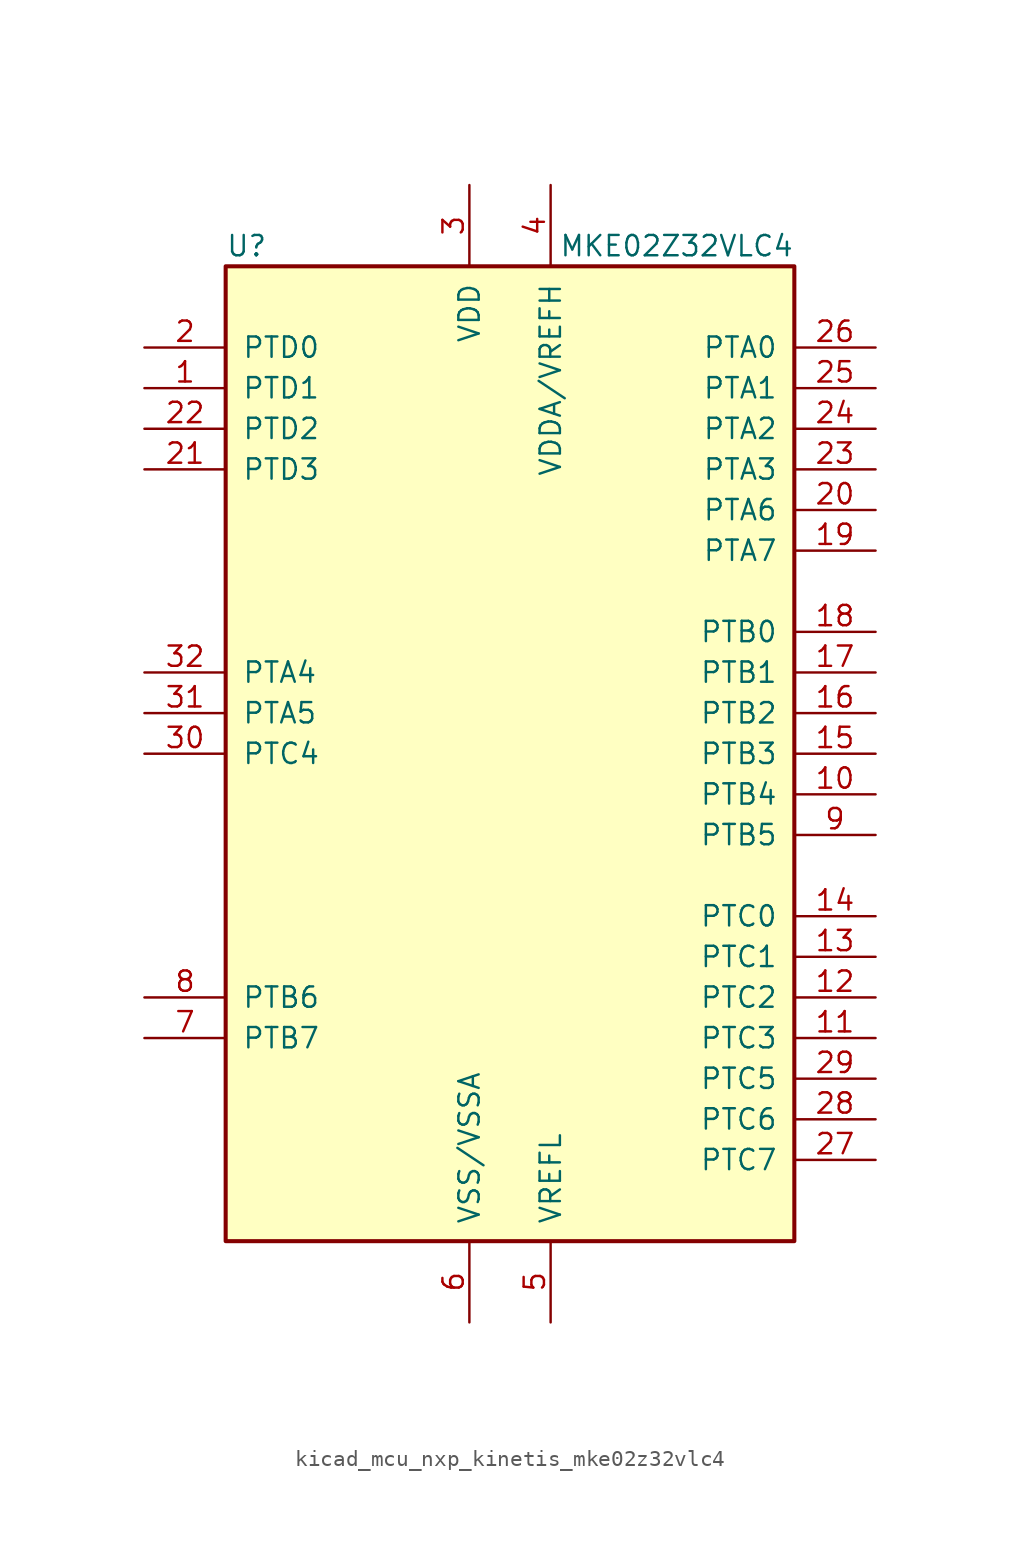
<source format=kicad_sym>
(kicad_symbol_lib
  (version 20220914)
  (generator kicad_symbol_editor)
  (symbol "kicad_mcu_nxp_kinetis_mke02z32vlc4"
    (pin_names
      (offset 1.016))
    (property "Reference" "U"
      (at -17.78 31.75 0)
      (effects (font (size 1.27 1.27)) (justify left)))
    (property "Value" "MKE02Z32VLC4"
      (at 17.78 31.75 0)
      (effects (font (size 1.27 1.27)) (justify right)))
    (symbol "kicad_mcu_nxp_kinetis_mke02z32vlc4_0_1"
      (rectangle (start -17.78 30.48) (end 17.78 -30.48) (stroke (width 0.254) (type default)) (fill (type background))))
    (symbol "kicad_mcu_nxp_kinetis_mke02z32vlc4_1_1"
      (pin bidirectional line (at -22.86 22.86 0) (length 5.08) (name "PTD1" (effects (font (size 1.27 1.27)))) (number "1" (effects (font (size 1.27 1.27)))))
      (pin bidirectional line (at 22.86 -2.54 180) (length 5.08) (name "PTB4" (effects (font (size 1.27 1.27)))) (number "10" (effects (font (size 1.27 1.27)))))
      (pin bidirectional line (at 22.86 -17.78 180) (length 5.08) (name "PTC3" (effects (font (size 1.27 1.27)))) (number "11" (effects (font (size 1.27 1.27)))))
      (pin bidirectional line (at 22.86 -15.24 180) (length 5.08) (name "PTC2" (effects (font (size 1.27 1.27)))) (number "12" (effects (font (size 1.27 1.27)))))
      (pin bidirectional line (at 22.86 -12.7 180) (length 5.08) (name "PTC1" (effects (font (size 1.27 1.27)))) (number "13" (effects (font (size 1.27 1.27)))))
      (pin bidirectional line (at 22.86 -10.16 180) (length 5.08) (name "PTC0" (effects (font (size 1.27 1.27)))) (number "14" (effects (font (size 1.27 1.27)))))
      (pin bidirectional line (at 22.86 0 180) (length 5.08) (name "PTB3" (effects (font (size 1.27 1.27)))) (number "15" (effects (font (size 1.27 1.27)))))
      (pin bidirectional line (at 22.86 2.54 180) (length 5.08) (name "PTB2" (effects (font (size 1.27 1.27)))) (number "16" (effects (font (size 1.27 1.27)))))
      (pin bidirectional line (at 22.86 5.08 180) (length 5.08) (name "PTB1" (effects (font (size 1.27 1.27)))) (number "17" (effects (font (size 1.27 1.27)))))
      (pin bidirectional line (at 22.86 7.62 180) (length 5.08) (name "PTB0" (effects (font (size 1.27 1.27)))) (number "18" (effects (font (size 1.27 1.27)))))
      (pin bidirectional line (at 22.86 12.7 180) (length 5.08) (name "PTA7" (effects (font (size 1.27 1.27)))) (number "19" (effects (font (size 1.27 1.27)))))
      (pin bidirectional line (at -22.86 25.4 0) (length 5.08) (name "PTD0" (effects (font (size 1.27 1.27)))) (number "2" (effects (font (size 1.27 1.27)))))
      (pin bidirectional line (at 22.86 15.24 180) (length 5.08) (name "PTA6" (effects (font (size 1.27 1.27)))) (number "20" (effects (font (size 1.27 1.27)))))
      (pin bidirectional line (at -22.86 17.78 0) (length 5.08) (name "PTD3" (effects (font (size 1.27 1.27)))) (number "21" (effects (font (size 1.27 1.27)))))
      (pin bidirectional line (at -22.86 20.32 0) (length 5.08) (name "PTD2" (effects (font (size 1.27 1.27)))) (number "22" (effects (font (size 1.27 1.27)))))
      (pin bidirectional line (at 22.86 17.78 180) (length 5.08) (name "PTA3" (effects (font (size 1.27 1.27)))) (number "23" (effects (font (size 1.27 1.27)))))
      (pin bidirectional line (at 22.86 20.32 180) (length 5.08) (name "PTA2" (effects (font (size 1.27 1.27)))) (number "24" (effects (font (size 1.27 1.27)))))
      (pin bidirectional line (at 22.86 22.86 180) (length 5.08) (name "PTA1" (effects (font (size 1.27 1.27)))) (number "25" (effects (font (size 1.27 1.27)))))
      (pin bidirectional line (at 22.86 25.4 180) (length 5.08) (name "PTA0" (effects (font (size 1.27 1.27)))) (number "26" (effects (font (size 1.27 1.27)))))
      (pin bidirectional line (at 22.86 -25.4 180) (length 5.08) (name "PTC7" (effects (font (size 1.27 1.27)))) (number "27" (effects (font (size 1.27 1.27)))))
      (pin bidirectional line (at 22.86 -22.86 180) (length 5.08) (name "PTC6" (effects (font (size 1.27 1.27)))) (number "28" (effects (font (size 1.27 1.27)))))
      (pin bidirectional line (at 22.86 -20.32 180) (length 5.08) (name "PTC5" (effects (font (size 1.27 1.27)))) (number "29" (effects (font (size 1.27 1.27)))))
      (pin power_in line (at -2.54 35.56 270) (length 5.08) (name "VDD" (effects (font (size 1.27 1.27)))) (number "3" (effects (font (size 1.27 1.27)))))
      (pin bidirectional line (at -22.86 0 0) (length 5.08) (name "PTC4" (effects (font (size 1.27 1.27)))) (number "30" (effects (font (size 1.27 1.27)))))
      (pin bidirectional line (at -22.86 2.54 0) (length 5.08) (name "PTA5" (effects (font (size 1.27 1.27)))) (number "31" (effects (font (size 1.27 1.27)))))
      (pin bidirectional line (at -22.86 5.08 0) (length 5.08) (name "PTA4" (effects (font (size 1.27 1.27)))) (number "32" (effects (font (size 1.27 1.27)))))
      (pin power_in line (at 2.54 35.56 270) (length 5.08) (name "VDDA/VREFH" (effects (font (size 1.27 1.27)))) (number "4" (effects (font (size 1.27 1.27)))))
      (pin power_in line (at 2.54 -35.56 90) (length 5.08) (name "VREFL" (effects (font (size 1.27 1.27)))) (number "5" (effects (font (size 1.27 1.27)))))
      (pin power_in line (at -2.54 -35.56 90) (length 5.08) (name "VSS/VSSA" (effects (font (size 1.27 1.27)))) (number "6" (effects (font (size 1.27 1.27)))))
      (pin bidirectional line (at -22.86 -17.78 0) (length 5.08) (name "PTB7" (effects (font (size 1.27 1.27)))) (number "7" (effects (font (size 1.27 1.27)))))
      (pin bidirectional line (at -22.86 -15.24 0) (length 5.08) (name "PTB6" (effects (font (size 1.27 1.27)))) (number "8" (effects (font (size 1.27 1.27)))))
      (pin bidirectional line (at 22.86 -5.08 180) (length 5.08) (name "PTB5" (effects (font (size 1.27 1.27)))) (number "9" (effects (font (size 1.27 1.27))))))))
</source>
